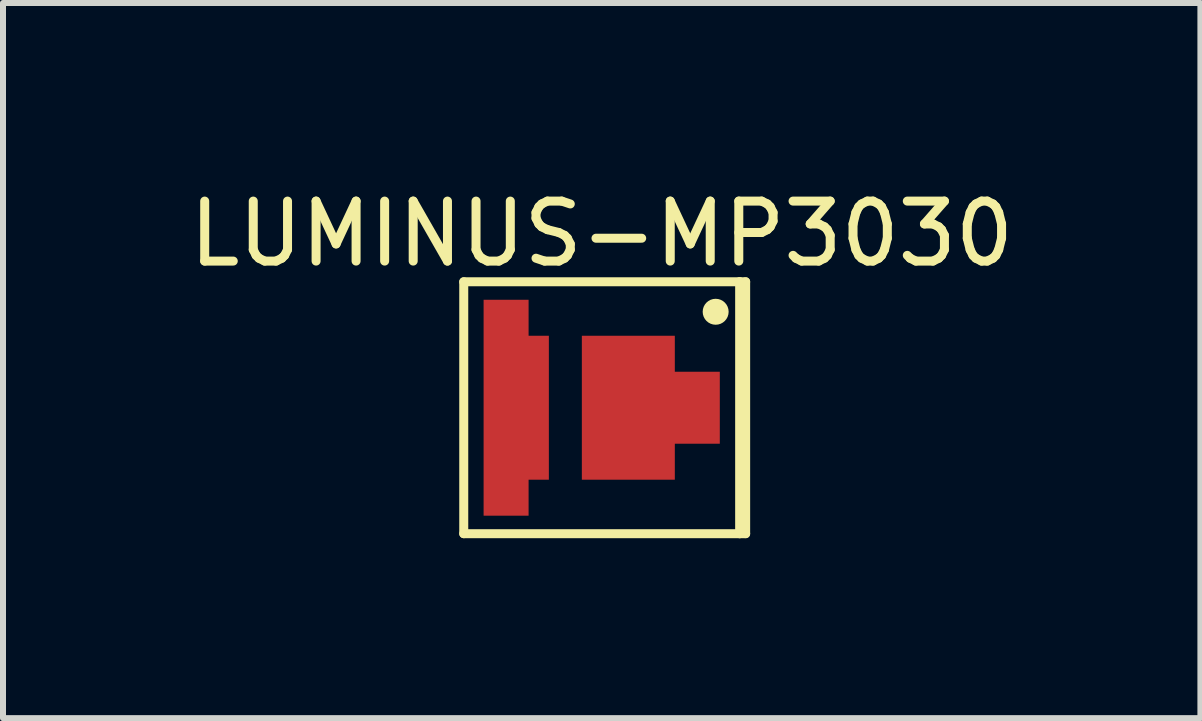
<source format=kicad_pcb>
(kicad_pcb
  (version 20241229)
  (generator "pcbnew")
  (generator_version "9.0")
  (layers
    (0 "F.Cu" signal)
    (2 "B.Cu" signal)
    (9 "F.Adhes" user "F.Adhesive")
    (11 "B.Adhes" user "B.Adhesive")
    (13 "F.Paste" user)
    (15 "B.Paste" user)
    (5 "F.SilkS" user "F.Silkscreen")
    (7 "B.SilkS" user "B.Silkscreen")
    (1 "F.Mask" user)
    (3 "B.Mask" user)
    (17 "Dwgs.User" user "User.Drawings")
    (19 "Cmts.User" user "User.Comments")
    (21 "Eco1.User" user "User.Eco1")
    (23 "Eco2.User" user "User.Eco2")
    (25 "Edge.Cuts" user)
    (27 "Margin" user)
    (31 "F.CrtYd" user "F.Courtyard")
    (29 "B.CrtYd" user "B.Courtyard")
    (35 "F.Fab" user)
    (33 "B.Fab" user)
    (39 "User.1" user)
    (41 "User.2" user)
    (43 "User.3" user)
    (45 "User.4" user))
  (footprint "LUMINUS-MP3030"
    (layer "F.Cu")
    (at 6.982 3.748)
    (property "Reference" "LUMINUS-MP3030" (at 0 -2.9 0) (layer "F.SilkS") (effects (font (size 1 1) (thickness 0.15))))
    (attr through_hole)
    (fp_line (start -2.3 -2.1) (end 2.3 -2.1) (stroke (width 0.15) (type solid)) (layer "F.SilkS"))
    (fp_line (start -2.3 2.1) (end -2.3 -2.1) (stroke (width 0.15) (type solid)) (layer "F.SilkS"))
    (fp_line (start 1.8 -1.6) (end 2 -1.6) (stroke (width 0.15) (type solid)) (layer "F.SilkS"))
    (fp_line (start 2.3 -2.1) (end 2.3 2.1) (stroke (width 0.15) (type solid)) (layer "F.SilkS"))
    (fp_line (start 2.3 -2.1) (end 2.4 -2.1) (stroke (width 0.15) (type solid)) (layer "F.SilkS"))
    (fp_line (start 2.3 2.1) (end -2.3 2.1) (stroke (width 0.15) (type solid)) (layer "F.SilkS"))
    (fp_line (start 2.4 -2.1) (end 2.4 2.1) (stroke (width 0.15) (type solid)) (layer "F.SilkS"))
    (fp_line (start 2.4 2.1) (end 2.3 2.1) (stroke (width 0.15) (type solid)) (layer "F.SilkS"))
    (fp_circle (center 1.9 -1.6) (end 1.8 -1.6) (stroke (width 0.15) (type solid)) (fill no) (layer "F.SilkS"))
    (fp_circle (center 1.9 -1.6) (end 1.8 -1.5) (stroke (width 0.15) (type solid)) (fill no) (layer "F.SilkS"))
    (pad "1" smd rect (at 0.444 0) (size 1.55 2.4) (layers "F.Cu" "F.Mask" "F.Paste"))
    (pad "1" smd rect (at 1.469 0) (size 1 1.2) (layers "F.Cu" "F.Mask" "F.Paste"))
    (pad "2" smd rect (at -1.594 0) (size 0.75 3.6) (layers "F.Cu" "F.Mask" "F.Paste"))
    (pad "2" smd rect (at -1.1 0) (size 0.438 2.4) (layers "F.Cu" "F.Mask" "F.Paste")))
  (gr_rect
    (start -3 -3)
    (end 16.964 8.923)
    (stroke (width 0.1) (type default))
    (fill no)
    (layer "Edge.Cuts")))
</source>
